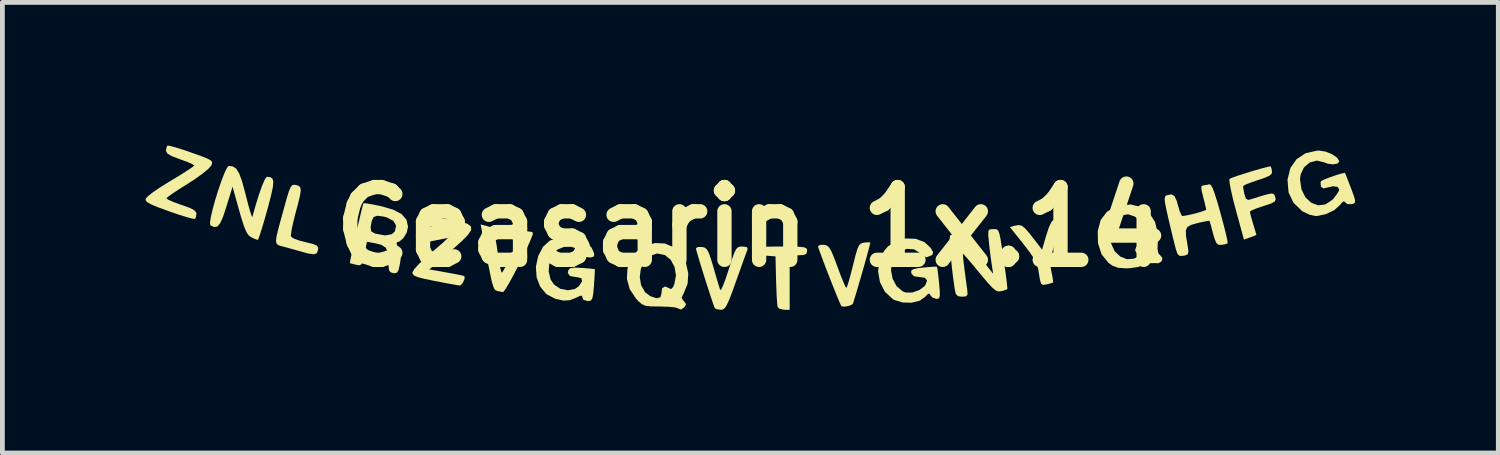
<source format=kicad_pcb>
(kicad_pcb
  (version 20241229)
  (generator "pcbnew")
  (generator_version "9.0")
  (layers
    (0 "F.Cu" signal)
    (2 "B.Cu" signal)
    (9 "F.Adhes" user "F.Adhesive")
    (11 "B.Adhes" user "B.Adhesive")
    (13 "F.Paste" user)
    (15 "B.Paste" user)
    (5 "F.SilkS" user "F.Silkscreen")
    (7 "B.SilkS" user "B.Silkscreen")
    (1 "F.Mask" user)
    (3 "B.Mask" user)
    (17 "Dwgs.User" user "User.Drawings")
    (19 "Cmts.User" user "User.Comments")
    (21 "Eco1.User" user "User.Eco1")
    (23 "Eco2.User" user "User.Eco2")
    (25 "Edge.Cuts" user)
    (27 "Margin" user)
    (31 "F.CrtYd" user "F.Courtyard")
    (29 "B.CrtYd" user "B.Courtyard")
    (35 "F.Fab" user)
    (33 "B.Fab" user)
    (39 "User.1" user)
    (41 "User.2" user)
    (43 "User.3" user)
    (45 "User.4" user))
  (footprint "Ceasarin 1x.14"
    (layer "F.Cu")
    (at 12.669 1.703)
    (property "Reference" "Ceasarin 1x.14" (at 0 0 0) (layer "F.SilkS") (effects (font (size 1.524 1.524) (thickness 0.3))))
    (attr board_only exclude_from_pos_files exclude_from_bom)
    (fp_poly (pts (xy 0.888 0.412) (xy 1.038 0.417) (xy 1.127 0.428) (xy 1.172 0.448) (xy 1.187 0.48) (xy 1.188 0.503) (xy 1.172 0.562) (xy 1.111 0.589) (xy 1.005 0.594) (xy 0.822 0.594) (xy 0.822 1.736) (xy 0.707 1.736) (xy 0.612 1.716) (xy 0.57 1.679) (xy 0.561 1.612) (xy 0.551 1.475) (xy 0.543 1.289) (xy 0.537 1.119) (xy 0.525 0.617) (xy 0.331 0.603) (xy 0.205 0.585) (xy 0.148 0.55) (xy 0.137 0.5) (xy 0.143 0.462) (xy 0.172 0.436) (xy 0.239 0.421) (xy 0.359 0.414) (xy 0.548 0.411) (xy 0.662 0.411)) (stroke (width 0) (type solid)) (fill yes) (layer "F.SilkS"))
    (fp_poly (pts (xy -9.521 -0.878) (xy -9.463 -0.862) (xy -9.429 -0.829) (xy -9.419 -0.766) (xy -9.435 -0.657) (xy -9.475 -0.488) (xy -9.529 -0.288) (xy -9.577 -0.097) (xy -9.611 0.063) (xy -9.626 0.172) (xy -9.624 0.202) (xy -9.571 0.241) (xy -9.454 0.285) (xy -9.321 0.319) (xy -9.167 0.356) (xy -9.084 0.391) (xy -9.054 0.434) (xy -9.054 0.471) (xy -9.08 0.547) (xy -9.141 0.574) (xy -9.258 0.558) (xy -9.319 0.542) (xy -9.459 0.503) (xy -9.634 0.454) (xy -9.723 0.429) (xy -9.816 0.405) (xy -9.882 0.385) (xy -9.922 0.355) (xy -9.938 0.301) (xy -9.929 0.211) (xy -9.897 0.071) (xy -9.842 -0.132) (xy -9.77 -0.393) (xy -9.71 -0.61) (xy -9.665 -0.754) (xy -9.629 -0.837) (xy -9.593 -0.876) (xy -9.552 -0.883)) (stroke (width 0) (type solid)) (fill yes) (layer "F.SilkS"))
    (fp_poly (pts (xy 6.494 -0.18) (xy 6.52 -0.162) (xy 6.522 -0.114) (xy 6.5 -0.021) (xy 6.451 0.132) (xy 6.395 0.3) (xy 6.329 0.5) (xy 6.293 0.643) (xy 6.281 0.753) (xy 6.29 0.859) (xy 6.304 0.932) (xy 6.329 1.061) (xy 6.341 1.147) (xy 6.34 1.165) (xy 6.291 1.182) (xy 6.204 1.204) (xy 6.13 1.216) (xy 6.089 1.19) (xy 6.064 1.108) (xy 6.05 1.017) (xy 6.027 0.881) (xy 5.994 0.771) (xy 5.94 0.662) (xy 5.853 0.534) (xy 5.722 0.364) (xy 5.679 0.309) (xy 5.434 0.002) (xy 5.557 -0.029) (xy 5.623 -0.039) (xy 5.682 -0.026) (xy 5.747 0.024) (xy 5.834 0.121) (xy 5.956 0.278) (xy 5.99 0.321) (xy 6.109 0.478) (xy 6.188 0.205) (xy 6.25 0.012) (xy 6.306 -0.106) (xy 6.368 -0.166) (xy 6.445 -0.183) (xy 6.447 -0.183)) (stroke (width 0) (type solid)) (fill yes) (layer "F.SilkS"))
    (fp_poly (pts (xy -5.533 -0.022) (xy -5.46 0.000191) (xy -5.409 0.036) (xy -5.373 0.103) (xy -5.344 0.216) (xy -5.315 0.394) (xy -5.296 0.532) (xy -5.268 0.716) (xy -5.24 0.86) (xy -5.217 0.945) (xy -5.208 0.959) (xy -5.178 0.92) (xy -5.121 0.815) (xy -5.045 0.661) (xy -4.982 0.525) (xy -4.888 0.325) (xy -4.817 0.195) (xy -4.761 0.123) (xy -4.709 0.094) (xy -4.684 0.091) (xy -4.592 0.103) (xy -4.556 0.119) (xy -4.564 0.169) (xy -4.608 0.281) (xy -4.678 0.438) (xy -4.767 0.624) (xy -4.865 0.819) (xy -4.963 1.008) (xy -5.053 1.173) (xy -5.127 1.296) (xy -5.175 1.36) (xy -5.184 1.365) (xy -5.267 1.35) (xy -5.308 1.34) (xy -5.337 1.328) (xy -5.362 1.303) (xy -5.385 1.252) (xy -5.412 1.164) (xy -5.443 1.027) (xy -5.483 0.829) (xy -5.535 0.559) (xy -5.566 0.396) (xy -5.651 -0.052)) (stroke (width 0) (type solid)) (fill yes) (layer "F.SilkS"))
    (fp_poly (pts (xy -0.078 0.421) (xy -0.058 0.46) (xy -0.068 0.491) (xy -0.094 0.562) (xy -0.145 0.701) (xy -0.212 0.889) (xy -0.29 1.106) (xy -0.307 1.154) (xy -0.392 1.39) (xy -0.456 1.552) (xy -0.506 1.655) (xy -0.548 1.711) (xy -0.59 1.733) (xy -0.62 1.736) (xy -0.711 1.723) (xy -0.746 1.702) (xy -0.769 1.644) (xy -0.812 1.519) (xy -0.868 1.347) (xy -0.932 1.149) (xy -0.997 0.943) (xy -1.056 0.751) (xy -1.104 0.59) (xy -1.135 0.482) (xy -1.142 0.448) (xy -1.103 0.421) (xy -1.018 0.42) (xy -0.958 0.433) (xy -0.913 0.47) (xy -0.871 0.546) (xy -0.825 0.68) (xy -0.775 0.845) (xy -0.721 1.033) (xy -0.674 1.191) (xy -0.641 1.297) (xy -0.633 1.323) (xy -0.612 1.309) (xy -0.571 1.222) (xy -0.516 1.077) (xy -0.458 0.9) (xy -0.39 0.688) (xy -0.341 0.548) (xy -0.3 0.466) (xy -0.259 0.425) (xy -0.21 0.412) (xy -0.17 0.411)) (stroke (width 0) (type solid)) (fill yes) (layer "F.SilkS"))
    (fp_poly (pts (xy 2.512 0.328) (xy 2.5 0.381) (xy 2.468 0.502) (xy 2.422 0.67) (xy 2.366 0.867) (xy 2.307 1.073) (xy 2.249 1.271) (xy 2.199 1.44) (xy 2.162 1.561) (xy 2.143 1.616) (xy 2.142 1.617) (xy 2.071 1.652) (xy 1.978 1.67) (xy 1.911 1.664) (xy 1.904 1.657) (xy 1.873 1.593) (xy 1.819 1.465) (xy 1.75 1.294) (xy 1.672 1.097) (xy 1.593 0.895) (xy 1.521 0.705) (xy 1.463 0.548) (xy 1.425 0.442) (xy 1.416 0.407) (xy 1.455 0.377) (xy 1.539 0.374) (xy 1.597 0.388) (xy 1.645 0.427) (xy 1.693 0.506) (xy 1.75 0.64) (xy 1.823 0.834) (xy 1.891 1.018) (xy 1.951 1.165) (xy 1.993 1.257) (xy 2.008 1.279) (xy 2.029 1.237) (xy 2.064 1.125) (xy 2.109 0.96) (xy 2.147 0.81) (xy 2.199 0.602) (xy 2.239 0.466) (xy 2.275 0.386) (xy 2.315 0.347) (xy 2.367 0.331) (xy 2.387 0.328) (xy 2.478 0.322)) (stroke (width 0) (type solid)) (fill yes) (layer "F.SilkS"))
    (fp_poly (pts (xy -6.604 -0.203) (xy -6.427 -0.176) (xy -6.31 -0.156) (xy -6.085 -0.113) (xy -5.933 -0.068) (xy -5.854 -0.012) (xy -5.849 0.063) (xy -5.916 0.167) (xy -6.056 0.308) (xy -6.268 0.496) (xy -6.287 0.512) (xy -6.727 0.891) (xy -6.367 0.954) (xy -6.198 0.985) (xy -6.067 1.011) (xy -5.997 1.028) (xy -5.992 1.03) (xy -5.987 1.084) (xy -6.02 1.163) (xy -6.068 1.221) (xy -6.09 1.228) (xy -6.156 1.218) (xy -6.289 1.194) (xy -6.469 1.16) (xy -6.613 1.132) (xy -6.826 1.089) (xy -6.965 1.053) (xy -7.043 1.02) (xy -7.076 0.983) (xy -7.081 0.956) (xy -7.045 0.889) (xy -6.944 0.776) (xy -6.784 0.627) (xy -6.628 0.492) (xy -6.448 0.337) (xy -6.316 0.212) (xy -6.24 0.125) (xy -6.228 0.086) (xy -6.228 0.086) (xy -6.302 0.063) (xy -6.431 0.037) (xy -6.504 0.025) (xy -6.692 -0.006) (xy -6.802 -0.037) (xy -6.845 -0.077) (xy -6.836 -0.134) (xy -6.812 -0.176) (xy -6.78 -0.202) (xy -6.716 -0.211)) (stroke (width 0) (type solid)) (fill yes) (layer "F.SilkS"))
    (fp_poly (pts (xy -10.84 -1.266) (xy -10.77 -1.218) (xy -10.71 -1.122) (xy -10.652 -0.965) (xy -10.588 -0.734) (xy -10.573 -0.676) (xy -10.523 -0.479) (xy -10.48 -0.325) (xy -10.448 -0.229) (xy -10.434 -0.206) (xy -10.364 -0.455) (xy -10.294 -0.679) (xy -10.229 -0.863) (xy -10.174 -0.991) (xy -10.134 -1.048) (xy -10.129 -1.05) (xy -10.057 -1.042) (xy -10.012 -1.012) (xy -9.994 -0.948) (xy -10.003 -0.837) (xy -10.039 -0.667) (xy -10.102 -0.425) (xy -10.123 -0.349) (xy -10.186 -0.126) (xy -10.242 0.062) (xy -10.287 0.198) (xy -10.315 0.268) (xy -10.32 0.273) (xy -10.377 0.254) (xy -10.458 0.216) (xy -10.513 0.175) (xy -10.561 0.101) (xy -10.611 -0.021) (xy -10.67 -0.207) (xy -10.708 -0.341) (xy -10.848 -0.842) (xy -10.978 -0.421) (xy -11.049 -0.206) (xy -11.111 -0.071) (xy -11.171 -0.005) (xy -11.239 0.001) (xy -11.313 -0.035) (xy -11.321 -0.09) (xy -11.302 -0.21) (xy -11.263 -0.377) (xy -11.209 -0.572) (xy -11.146 -0.775) (xy -11.08 -0.966) (xy -11.018 -1.127) (xy -10.965 -1.238) (xy -10.927 -1.279) (xy -10.927 -1.279)) (stroke (width 0) (type solid)) (fill yes) (layer "F.SilkS"))
    (fp_poly (pts (xy 10.899 -1.267) (xy 10.915 -1.219) (xy 10.925 -1.168) (xy 10.919 -1.116) (xy 10.87 -1.072) (xy 10.76 -1.024) (xy 10.63 -0.981) (xy 10.478 -0.929) (xy 10.367 -0.884) (xy 10.319 -0.854) (xy 10.319 -0.852) (xy 10.327 -0.789) (xy 10.348 -0.683) (xy 10.379 -0.589) (xy 10.431 -0.566) (xy 10.477 -0.577) (xy 10.687 -0.643) (xy 10.825 -0.683) (xy 10.91 -0.699) (xy 10.955 -0.693) (xy 10.978 -0.668) (xy 10.983 -0.655) (xy 11.003 -0.584) (xy 10.986 -0.535) (xy 10.916 -0.494) (xy 10.777 -0.447) (xy 10.736 -0.434) (xy 10.593 -0.386) (xy 10.494 -0.344) (xy 10.462 -0.32) (xy 10.474 -0.261) (xy 10.505 -0.147) (xy 10.53 -0.064) (xy 10.568 0.064) (xy 10.593 0.148) (xy 10.598 0.167) (xy 10.561 0.185) (xy 10.47 0.219) (xy 10.468 0.219) (xy 10.337 0.265) (xy 10.168 -0.353) (xy 10.109 -0.578) (xy 10.065 -0.772) (xy 10.038 -0.917) (xy 10.032 -0.996) (xy 10.036 -1.006) (xy 10.09 -1.031) (xy 10.206 -1.072) (xy 10.359 -1.121) (xy 10.527 -1.173) (xy 10.688 -1.219) (xy 10.816 -1.253) (xy 10.89 -1.268)) (stroke (width 0) (type solid)) (fill yes) (layer "F.SilkS"))
    (fp_poly (pts (xy 8.184 -0.415) (xy 8.356 -0.289) (xy 8.476 -0.102) (xy 8.533 0.137) (xy 8.533 0.305) (xy 8.527 0.463) (xy 8.545 0.553) (xy 8.58 0.59) (xy 8.631 0.653) (xy 8.614 0.719) (xy 8.547 0.761) (xy 8.479 0.759) (xy 8.358 0.76) (xy 8.239 0.799) (xy 8.115 0.84) (xy 7.951 0.864) (xy 7.872 0.868) (xy 7.702 0.856) (xy 7.579 0.81) (xy 7.499 0.752) (xy 7.354 0.572) (xy 7.28 0.339) (xy 7.275 0.111) (xy 7.528 0.111) (xy 7.553 0.33) (xy 7.558 0.353) (xy 7.628 0.508) (xy 7.746 0.62) (xy 7.889 0.677) (xy 8.033 0.665) (xy 8.086 0.639) (xy 8.129 0.594) (xy 8.096 0.556) (xy 8.057 0.491) (xy 8.079 0.421) (xy 8.142 0.384) (xy 8.177 0.388) (xy 8.256 0.382) (xy 8.288 0.3) (xy 8.271 0.144) (xy 8.259 0.095) (xy 8.179 -0.092) (xy 8.057 -0.215) (xy 7.91 -0.265) (xy 7.754 -0.237) (xy 7.652 -0.171) (xy 7.56 -0.051) (xy 7.528 0.111) (xy 7.275 0.111) (xy 7.275 0.084) (xy 7.337 -0.145) (xy 7.469 -0.319) (xy 7.666 -0.43) (xy 7.721 -0.447) (xy 7.969 -0.47)) (stroke (width 0) (type solid)) (fill yes) (layer "F.SilkS"))
    (fp_poly (pts (xy -12.154 -1.696) (xy -12.033 -1.663) (xy -11.865 -1.61) (xy -11.709 -1.556) (xy -11.504 -1.483) (xy -11.373 -1.431) (xy -11.301 -1.391) (xy -11.275 -1.355) (xy -11.282 -1.313) (xy -11.297 -1.281) (xy -11.358 -1.213) (xy -11.479 -1.114) (xy -11.641 -0.998) (xy -11.786 -0.904) (xy -11.962 -0.794) (xy -12.105 -0.699) (xy -12.201 -0.631) (xy -12.232 -0.602) (xy -12.198 -0.572) (xy -12.097 -0.526) (xy -11.95 -0.472) (xy -11.924 -0.463) (xy -11.749 -0.401) (xy -11.648 -0.349) (xy -11.607 -0.297) (xy -11.604 -0.274) (xy -11.62 -0.192) (xy -11.638 -0.167) (xy -11.692 -0.174) (xy -11.813 -0.206) (xy -11.984 -0.26) (xy -12.181 -0.328) (xy -12.402 -0.409) (xy -12.549 -0.469) (xy -12.633 -0.517) (xy -12.668 -0.558) (xy -12.669 -0.589) (xy -12.623 -0.641) (xy -12.514 -0.727) (xy -12.357 -0.834) (xy -12.167 -0.952) (xy -12.15 -0.962) (xy -11.961 -1.076) (xy -11.806 -1.174) (xy -11.697 -1.247) (xy -11.651 -1.285) (xy -11.65 -1.287) (xy -11.69 -1.315) (xy -11.794 -1.361) (xy -11.941 -1.414) (xy -11.946 -1.416) (xy -12.115 -1.479) (xy -12.209 -1.534) (xy -12.243 -1.59) (xy -12.243 -1.6) (xy -12.227 -1.68) (xy -12.209 -1.703)) (stroke (width 0) (type solid)) (fill yes) (layer "F.SilkS"))
    (fp_poly (pts (xy -1.795 0.347) (xy -1.605 0.426) (xy -1.454 0.57) (xy -1.35 0.759) (xy -1.302 0.973) (xy -1.316 1.192) (xy -1.4 1.396) (xy -1.402 1.398) (xy -1.44 1.479) (xy -1.415 1.534) (xy -1.394 1.553) (xy -1.349 1.617) (xy -1.376 1.674) (xy -1.452 1.732) (xy -1.522 1.706) (xy -1.527 1.702) (xy -1.586 1.685) (xy -1.711 1.673) (xy -1.877 1.668) (xy -1.903 1.667) (xy -2.08 1.665) (xy -2.194 1.653) (xy -2.272 1.62) (xy -2.344 1.559) (xy -2.395 1.504) (xy -2.53 1.302) (xy -2.587 1.087) (xy -2.586 1.054) (xy -2.318 1.054) (xy -2.29 1.223) (xy -2.207 1.368) (xy -2.101 1.449) (xy -1.969 1.494) (xy -1.886 1.475) (xy -1.863 1.395) (xy -1.864 1.385) (xy -1.85 1.285) (xy -1.789 1.248) (xy -1.712 1.28) (xy -1.66 1.303) (xy -1.619 1.257) (xy -1.596 1.204) (xy -1.56 1.017) (xy -1.589 0.839) (xy -1.67 0.689) (xy -1.793 0.589) (xy -1.947 0.557) (xy -1.958 0.557) (xy -2.113 0.611) (xy -2.226 0.726) (xy -2.296 0.88) (xy -2.318 1.054) (xy -2.586 1.054) (xy -2.576 0.874) (xy -2.504 0.678) (xy -2.378 0.513) (xy -2.206 0.395) (xy -1.996 0.338)) (stroke (width 0) (type solid)) (fill yes) (layer "F.SilkS"))
    (fp_poly (pts (xy 5.131 0.046) (xy 5.166 0.054) (xy 5.192 0.084) (xy 5.216 0.147) (xy 5.239 0.256) (xy 5.266 0.424) (xy 5.301 0.663) (xy 5.324 0.817) (xy 5.351 1.014) (xy 5.371 1.173) (xy 5.381 1.276) (xy 5.38 1.305) (xy 5.332 1.324) (xy 5.252 1.346) (xy 5.196 1.352) (xy 5.139 1.332) (xy 5.068 1.274) (xy 4.97 1.169) (xy 4.831 1.004) (xy 4.797 0.963) (xy 4.665 0.803) (xy 4.555 0.673) (xy 4.479 0.588) (xy 4.45 0.561) (xy 4.452 0.609) (xy 4.464 0.728) (xy 4.485 0.899) (xy 4.512 1.104) (xy 4.541 1.313) (xy 4.548 1.415) (xy 4.516 1.455) (xy 4.432 1.462) (xy 4.345 1.451) (xy 4.3 1.4) (xy 4.277 1.291) (xy 4.244 1.053) (xy 4.216 0.813) (xy 4.193 0.587) (xy 4.179 0.395) (xy 4.173 0.255) (xy 4.179 0.185) (xy 4.18 0.183) (xy 4.243 0.147) (xy 4.313 0.137) (xy 4.38 0.159) (xy 4.468 0.229) (xy 4.587 0.358) (xy 4.747 0.554) (xy 4.752 0.56) (xy 5.084 0.982) (xy 5.054 0.785) (xy 5.031 0.624) (xy 5.007 0.428) (xy 4.995 0.317) (xy 4.981 0.166) (xy 4.984 0.085) (xy 5.011 0.052) (xy 5.069 0.046) (xy 5.085 0.046)) (stroke (width 0) (type solid)) (fill yes) (layer "F.SilkS"))
    (fp_poly (pts (xy -3.628 0.228) (xy -3.455 0.309) (xy -3.327 0.435) (xy -3.276 0.549) (xy -3.275 0.615) (xy -3.334 0.638) (xy -3.382 0.64) (xy -3.496 0.612) (xy -3.54 0.548) (xy -3.613 0.461) (xy -3.753 0.417) (xy -3.907 0.419) (xy -4.047 0.477) (xy -4.151 0.597) (xy -4.213 0.757) (xy -4.226 0.933) (xy -4.186 1.1) (xy -4.115 1.207) (xy -3.982 1.296) (xy -3.825 1.327) (xy -3.677 1.3) (xy -3.593 1.241) (xy -3.526 1.139) (xy -3.541 1.075) (xy -3.638 1.051) (xy -3.652 1.051) (xy -3.778 1.03) (xy -3.825 0.967) (xy -3.813 0.903) (xy -3.773 0.865) (xy -3.679 0.852) (xy -3.527 0.859) (xy -3.385 0.871) (xy -3.288 0.881) (xy -3.26 0.885) (xy -3.26 0.93) (xy -3.265 1.042) (xy -3.276 1.2) (xy -3.277 1.222) (xy -3.292 1.393) (xy -3.31 1.492) (xy -3.338 1.539) (xy -3.386 1.553) (xy -3.41 1.553) (xy -3.497 1.528) (xy -3.518 1.484) (xy -3.527 1.441) (xy -3.57 1.444) (xy -3.652 1.484) (xy -3.785 1.536) (xy -3.916 1.543) (xy -4.085 1.506) (xy -4.091 1.504) (xy -4.273 1.408) (xy -4.404 1.252) (xy -4.479 1.055) (xy -4.494 0.834) (xy -4.445 0.608) (xy -4.345 0.418) (xy -4.205 0.289) (xy -4.024 0.216) (xy -3.825 0.196)) (stroke (width 0) (type solid)) (fill yes) (layer "F.SilkS"))
    (fp_poly (pts (xy 3.463 0.25) (xy 3.644 0.317) (xy 3.778 0.441) (xy 3.78 0.445) (xy 3.826 0.529) (xy 3.815 0.577) (xy 3.788 0.597) (xy 3.687 0.636) (xy 3.599 0.598) (xy 3.551 0.548) (xy 3.43 0.47) (xy 3.279 0.459) (xy 3.13 0.515) (xy 3.057 0.575) (xy 2.969 0.727) (xy 2.944 0.905) (xy 2.978 1.086) (xy 3.062 1.243) (xy 3.192 1.351) (xy 3.255 1.375) (xy 3.391 1.374) (xy 3.538 1.323) (xy 3.65 1.239) (xy 3.664 1.219) (xy 3.7 1.122) (xy 3.655 1.066) (xy 3.546 1.051) (xy 3.426 1.034) (xy 3.372 0.976) (xy 3.369 0.965) (xy 3.368 0.917) (xy 3.408 0.886) (xy 3.508 0.864) (xy 3.622 0.851) (xy 3.769 0.838) (xy 3.873 0.832) (xy 3.908 0.834) (xy 3.917 0.881) (xy 3.932 0.996) (xy 3.949 1.155) (xy 3.951 1.176) (xy 3.966 1.347) (xy 3.967 1.446) (xy 3.951 1.493) (xy 3.914 1.507) (xy 3.893 1.508) (xy 3.805 1.475) (xy 3.773 1.434) (xy 3.745 1.393) (xy 3.702 1.418) (xy 3.663 1.463) (xy 3.543 1.547) (xy 3.373 1.588) (xy 3.187 1.583) (xy 3.016 1.531) (xy 2.983 1.512) (xy 2.816 1.358) (xy 2.713 1.157) (xy 2.674 0.933) (xy 2.702 0.708) (xy 2.8 0.502) (xy 2.884 0.405) (xy 3.058 0.294) (xy 3.259 0.242)) (stroke (width 0) (type solid)) (fill yes) (layer "F.SilkS"))
    (fp_poly (pts (xy -8.058 -0.495) (xy -7.943 -0.476) (xy -7.784 -0.444) (xy -7.739 -0.435) (xy -7.48 -0.36) (xy -7.305 -0.267) (xy -7.204 -0.15) (xy -7.172 -0.004) (xy -7.172 -0.002) (xy -7.2 0.12) (xy -7.269 0.234) (xy -7.356 0.308) (xy -7.402 0.32) (xy -7.413 0.352) (xy -7.377 0.429) (xy -7.375 0.432) (xy -7.331 0.53) (xy -7.325 0.652) (xy -7.34 0.763) (xy -7.368 0.895) (xy -7.402 0.957) (xy -7.456 0.97) (xy -7.481 0.968) (xy -7.541 0.949) (xy -7.572 0.9) (xy -7.582 0.796) (xy -7.583 0.711) (xy -7.594 0.539) (xy -7.638 0.435) (xy -7.733 0.375) (xy -7.865 0.342) (xy -8.032 0.311) (xy -8.085 0.567) (xy -8.118 0.71) (xy -8.148 0.783) (xy -8.192 0.804) (xy -8.261 0.793) (xy -8.352 0.77) (xy -8.39 0.759) (xy -8.384 0.715) (xy -8.362 0.602) (xy -8.327 0.439) (xy -8.284 0.246) (xy -8.237 0.041) (xy -8.228 0.002) (xy -7.956 0.002) (xy -7.945 0.091) (xy -7.865 0.139) (xy -7.858 0.141) (xy -7.653 0.178) (xy -7.511 0.153) (xy -7.446 0.091) (xy -7.422 -0.029) (xy -7.482 -0.129) (xy -7.62 -0.2) (xy -7.686 -0.217) (xy -7.817 -0.234) (xy -7.893 -0.207) (xy -7.934 -0.119) (xy -7.956 0.002) (xy -8.228 0.002) (xy -8.192 -0.155) (xy -8.152 -0.322) (xy -8.122 -0.442) (xy -8.106 -0.495) (xy -8.106 -0.496)) (stroke (width 0) (type solid)) (fill yes) (layer "F.SilkS"))
    (fp_poly (pts (xy 9.639 -0.883) (xy 9.677 -0.821) (xy 9.724 -0.699) (xy 9.785 -0.505) (xy 9.844 -0.297) (xy 9.904 -0.073) (xy 9.953 0.118) (xy 9.985 0.259) (xy 9.997 0.335) (xy 9.996 0.343) (xy 9.94 0.364) (xy 9.867 0.376) (xy 9.801 0.373) (xy 9.757 0.333) (xy 9.718 0.236) (xy 9.69 0.137) (xy 9.653 -0.002) (xy 9.625 -0.099) (xy 9.614 -0.128) (xy 9.569 -0.125) (xy 9.461 -0.103) (xy 9.359 -0.079) (xy 9.23 -0.042) (xy 9.153 0.002) (xy 9.121 0.071) (xy 9.124 0.188) (xy 9.154 0.372) (xy 9.158 0.393) (xy 9.175 0.513) (xy 9.161 0.572) (xy 9.104 0.598) (xy 9.073 0.604) (xy 8.991 0.608) (xy 8.944 0.564) (xy 8.91 0.462) (xy 8.88 0.347) (xy 8.837 0.171) (xy 8.787 -0.038) (xy 8.756 -0.169) (xy 8.708 -0.381) (xy 8.682 -0.521) (xy 8.677 -0.604) (xy 8.692 -0.646) (xy 8.712 -0.66) (xy 8.815 -0.683) (xy 8.882 -0.647) (xy 8.932 -0.539) (xy 8.954 -0.457) (xy 8.992 -0.328) (xy 9.029 -0.245) (xy 9.046 -0.228) (xy 9.128 -0.239) (xy 9.249 -0.265) (xy 9.378 -0.299) (xy 9.487 -0.333) (xy 9.545 -0.358) (xy 9.547 -0.362) (xy 9.536 -0.417) (xy 9.508 -0.532) (xy 9.483 -0.628) (xy 9.449 -0.769) (xy 9.444 -0.842) (xy 9.468 -0.867) (xy 9.48 -0.868) (xy 9.578 -0.884) (xy 9.606 -0.893)) (stroke (width 0) (type solid)) (fill yes) (layer "F.SilkS"))
    (fp_poly (pts (xy 12.049 -1.577) (xy 12.183 -1.523) (xy 12.287 -1.451) (xy 12.334 -1.378) (xy 12.335 -1.373) (xy 12.296 -1.327) (xy 12.204 -1.31) (xy 12.089 -1.325) (xy 12.024 -1.351) (xy 11.866 -1.389) (xy 11.716 -1.35) (xy 11.596 -1.248) (xy 11.524 -1.096) (xy 11.512 -0.995) (xy 11.543 -0.784) (xy 11.626 -0.618) (xy 11.747 -0.505) (xy 11.891 -0.453) (xy 12.042 -0.47) (xy 12.187 -0.565) (xy 12.216 -0.597) (xy 12.291 -0.697) (xy 12.332 -0.77) (xy 12.335 -0.782) (xy 12.297 -0.838) (xy 12.202 -0.852) (xy 12.095 -0.827) (xy 12.003 -0.805) (xy 11.956 -0.838) (xy 11.949 -0.855) (xy 11.942 -0.935) (xy 11.956 -0.961) (xy 12.014 -0.991) (xy 12.121 -1.033) (xy 12.248 -1.078) (xy 12.365 -1.114) (xy 12.44 -1.131) (xy 12.453 -1.131) (xy 12.473 -1.085) (xy 12.516 -0.977) (xy 12.573 -0.828) (xy 12.579 -0.813) (xy 12.638 -0.654) (xy 12.665 -0.561) (xy 12.663 -0.512) (xy 12.633 -0.488) (xy 12.6 -0.477) (xy 12.503 -0.478) (xy 12.467 -0.509) (xy 12.428 -0.538) (xy 12.375 -0.494) (xy 12.353 -0.463) (xy 12.229 -0.351) (xy 12.053 -0.267) (xy 11.864 -0.229) (xy 11.84 -0.228) (xy 11.715 -0.254) (xy 11.578 -0.318) (xy 11.558 -0.331) (xy 11.375 -0.505) (xy 11.272 -0.722) (xy 11.25 -0.982) (xy 11.251 -0.994) (xy 11.309 -1.231) (xy 11.438 -1.417) (xy 11.627 -1.543) (xy 11.865 -1.597) (xy 11.915 -1.599)) (stroke (width 0) (type solid)) (fill yes) (layer "F.SilkS")))
  (gr_rect
    (start -3 -3)
    (end 28.334 6.439)
    (stroke (width 0.1) (type default))
    (fill no)
    (layer "Edge.Cuts")))
</source>
